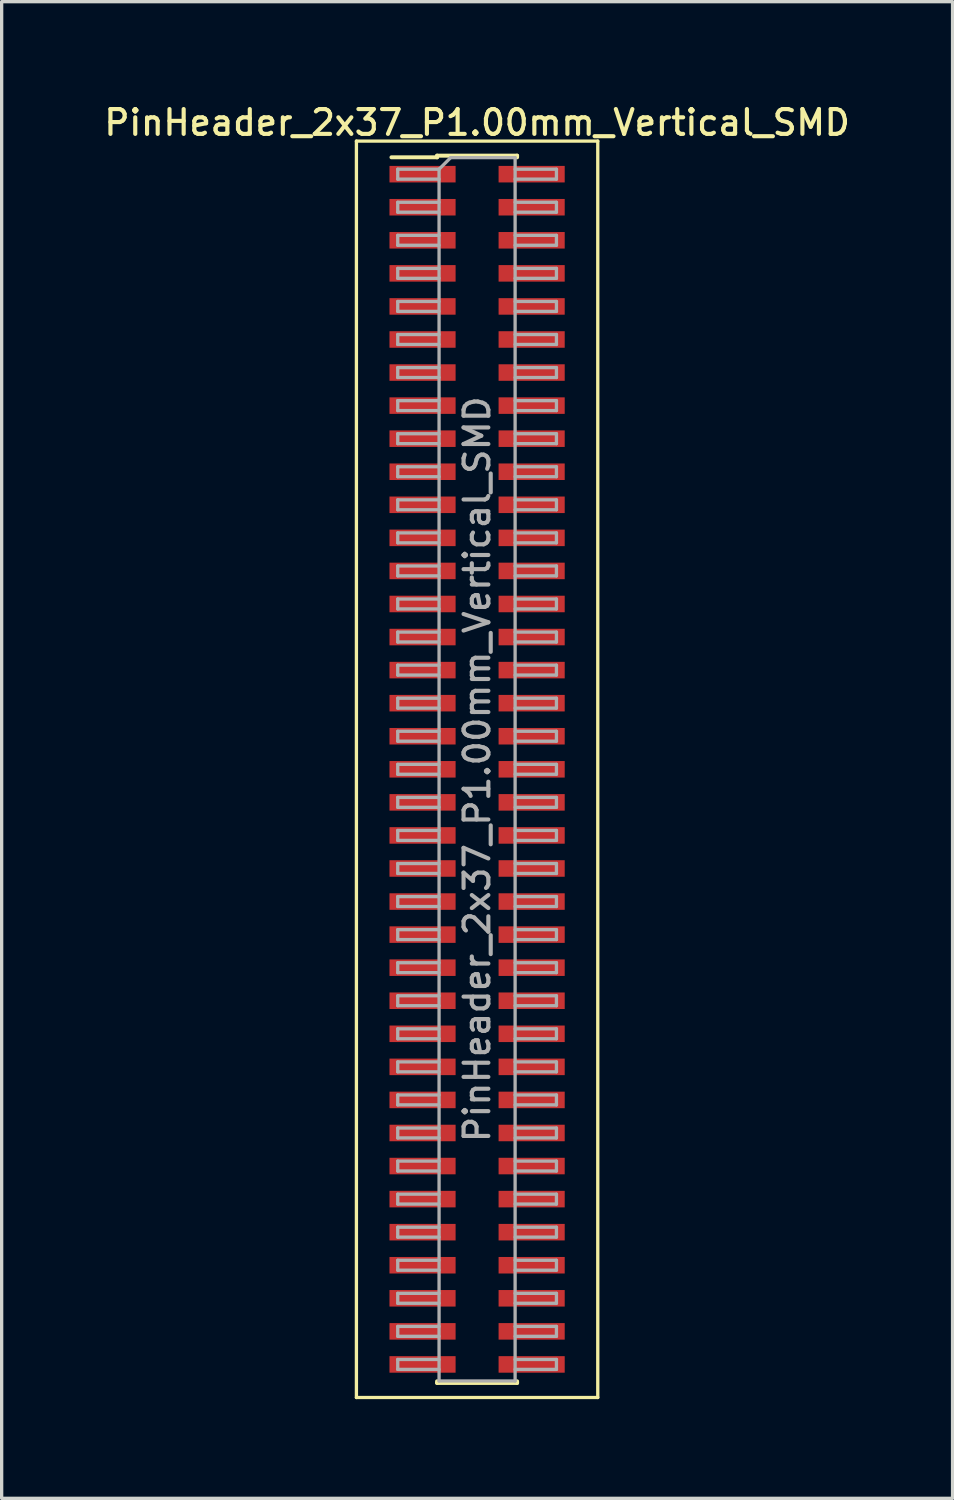
<source format=kicad_pcb>
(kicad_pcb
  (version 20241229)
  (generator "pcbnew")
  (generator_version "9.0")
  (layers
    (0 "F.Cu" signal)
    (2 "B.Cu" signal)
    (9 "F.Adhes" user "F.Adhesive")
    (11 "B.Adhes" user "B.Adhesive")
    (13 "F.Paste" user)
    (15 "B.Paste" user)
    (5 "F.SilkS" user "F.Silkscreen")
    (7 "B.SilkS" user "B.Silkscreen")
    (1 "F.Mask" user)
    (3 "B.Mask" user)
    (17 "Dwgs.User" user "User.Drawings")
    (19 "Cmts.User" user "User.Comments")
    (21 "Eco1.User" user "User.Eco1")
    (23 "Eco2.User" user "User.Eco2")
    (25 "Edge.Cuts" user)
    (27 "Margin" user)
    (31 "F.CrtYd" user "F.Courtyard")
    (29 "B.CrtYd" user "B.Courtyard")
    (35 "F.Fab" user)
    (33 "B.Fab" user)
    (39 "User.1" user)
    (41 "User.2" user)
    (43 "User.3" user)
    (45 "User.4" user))
  (footprint "PinHeader_2x37_P1.00mm_Vertical_SMD"
    (layer "F.Cu")
    (at 11.38 20.218)
    (property "Reference" "PinHeader_2x37_P1.00mm_Vertical_SMD" (at 0 -19.56 0) (layer "F.SilkS") (effects (font (size 0.75 0.75) (thickness 0.125))))
    (attr smd)
    (fp_line (start -3.65 -19) (end -3.65 19) (stroke (width 0.1) (type solid)) (layer "F.SilkS"))
    (fp_line (start -3.65 19) (end 3.65 19) (stroke (width 0.1) (type solid)) (layer "F.SilkS"))
    (fp_line (start -2.59 -18.51) (end -1.21 -18.51) (stroke (width 0.12) (type solid)) (layer "F.SilkS"))
    (fp_line (start -1.21 -18.56) (end -1.21 -18.51) (stroke (width 0.12) (type solid)) (layer "F.SilkS"))
    (fp_line (start -1.21 -18.56) (end 1.21 -18.56) (stroke (width 0.12) (type solid)) (layer "F.SilkS"))
    (fp_line (start -1.21 18.51) (end -1.21 18.56) (stroke (width 0.12) (type solid)) (layer "F.SilkS"))
    (fp_line (start -1.21 18.56) (end 1.21 18.56) (stroke (width 0.12) (type solid)) (layer "F.SilkS"))
    (fp_line (start 1.21 -18.56) (end 1.21 -18.51) (stroke (width 0.12) (type solid)) (layer "F.SilkS"))
    (fp_line (start 1.21 18.51) (end 1.21 18.56) (stroke (width 0.12) (type solid)) (layer "F.SilkS"))
    (fp_line (start 3.65 -19) (end -3.65 -19) (stroke (width 0.1) (type solid)) (layer "F.SilkS"))
    (fp_line (start 3.65 19) (end 3.65 -19) (stroke (width 0.1) (type solid)) (layer "F.SilkS"))
    (fp_line (start -2.4 -18.15) (end -2.4 -17.85) (stroke (width 0.1) (type solid)) (layer "F.Fab"))
    (fp_line (start -2.4 -17.85) (end -1.15 -17.85) (stroke (width 0.1) (type solid)) (layer "F.Fab"))
    (fp_line (start -2.4 -17.15) (end -2.4 -16.85) (stroke (width 0.1) (type solid)) (layer "F.Fab"))
    (fp_line (start -2.4 -16.85) (end -1.15 -16.85) (stroke (width 0.1) (type solid)) (layer "F.Fab"))
    (fp_line (start -2.4 -16.15) (end -2.4 -15.85) (stroke (width 0.1) (type solid)) (layer "F.Fab"))
    (fp_line (start -2.4 -15.85) (end -1.15 -15.85) (stroke (width 0.1) (type solid)) (layer "F.Fab"))
    (fp_line (start -2.4 -15.15) (end -2.4 -14.85) (stroke (width 0.1) (type solid)) (layer "F.Fab"))
    (fp_line (start -2.4 -14.85) (end -1.15 -14.85) (stroke (width 0.1) (type solid)) (layer "F.Fab"))
    (fp_line (start -2.4 -14.15) (end -2.4 -13.85) (stroke (width 0.1) (type solid)) (layer "F.Fab"))
    (fp_line (start -2.4 -13.85) (end -1.15 -13.85) (stroke (width 0.1) (type solid)) (layer "F.Fab"))
    (fp_line (start -2.4 -13.15) (end -2.4 -12.85) (stroke (width 0.1) (type solid)) (layer "F.Fab"))
    (fp_line (start -2.4 -12.85) (end -1.15 -12.85) (stroke (width 0.1) (type solid)) (layer "F.Fab"))
    (fp_line (start -2.4 -12.15) (end -2.4 -11.85) (stroke (width 0.1) (type solid)) (layer "F.Fab"))
    (fp_line (start -2.4 -11.85) (end -1.15 -11.85) (stroke (width 0.1) (type solid)) (layer "F.Fab"))
    (fp_line (start -2.4 -11.15) (end -2.4 -10.85) (stroke (width 0.1) (type solid)) (layer "F.Fab"))
    (fp_line (start -2.4 -10.85) (end -1.15 -10.85) (stroke (width 0.1) (type solid)) (layer "F.Fab"))
    (fp_line (start -2.4 -10.15) (end -2.4 -9.85) (stroke (width 0.1) (type solid)) (layer "F.Fab"))
    (fp_line (start -2.4 -9.85) (end -1.15 -9.85) (stroke (width 0.1) (type solid)) (layer "F.Fab"))
    (fp_line (start -2.4 -9.15) (end -2.4 -8.85) (stroke (width 0.1) (type solid)) (layer "F.Fab"))
    (fp_line (start -2.4 -8.85) (end -1.15 -8.85) (stroke (width 0.1) (type solid)) (layer "F.Fab"))
    (fp_line (start -2.4 -8.15) (end -2.4 -7.85) (stroke (width 0.1) (type solid)) (layer "F.Fab"))
    (fp_line (start -2.4 -7.85) (end -1.15 -7.85) (stroke (width 0.1) (type solid)) (layer "F.Fab"))
    (fp_line (start -2.4 -7.15) (end -2.4 -6.85) (stroke (width 0.1) (type solid)) (layer "F.Fab"))
    (fp_line (start -2.4 -6.85) (end -1.15 -6.85) (stroke (width 0.1) (type solid)) (layer "F.Fab"))
    (fp_line (start -2.4 -6.15) (end -2.4 -5.85) (stroke (width 0.1) (type solid)) (layer "F.Fab"))
    (fp_line (start -2.4 -5.85) (end -1.15 -5.85) (stroke (width 0.1) (type solid)) (layer "F.Fab"))
    (fp_line (start -2.4 -5.15) (end -2.4 -4.85) (stroke (width 0.1) (type solid)) (layer "F.Fab"))
    (fp_line (start -2.4 -4.85) (end -1.15 -4.85) (stroke (width 0.1) (type solid)) (layer "F.Fab"))
    (fp_line (start -2.4 -4.15) (end -2.4 -3.85) (stroke (width 0.1) (type solid)) (layer "F.Fab"))
    (fp_line (start -2.4 -3.85) (end -1.15 -3.85) (stroke (width 0.1) (type solid)) (layer "F.Fab"))
    (fp_line (start -2.4 -3.15) (end -2.4 -2.85) (stroke (width 0.1) (type solid)) (layer "F.Fab"))
    (fp_line (start -2.4 -2.85) (end -1.15 -2.85) (stroke (width 0.1) (type solid)) (layer "F.Fab"))
    (fp_line (start -2.4 -2.15) (end -2.4 -1.85) (stroke (width 0.1) (type solid)) (layer "F.Fab"))
    (fp_line (start -2.4 -1.85) (end -1.15 -1.85) (stroke (width 0.1) (type solid)) (layer "F.Fab"))
    (fp_line (start -2.4 -1.15) (end -2.4 -0.85) (stroke (width 0.1) (type solid)) (layer "F.Fab"))
    (fp_line (start -2.4 -0.85) (end -1.15 -0.85) (stroke (width 0.1) (type solid)) (layer "F.Fab"))
    (fp_line (start -2.4 -0.15) (end -2.4 0.15) (stroke (width 0.1) (type solid)) (layer "F.Fab"))
    (fp_line (start -2.4 0.15) (end -1.15 0.15) (stroke (width 0.1) (type solid)) (layer "F.Fab"))
    (fp_line (start -2.4 0.85) (end -2.4 1.15) (stroke (width 0.1) (type solid)) (layer "F.Fab"))
    (fp_line (start -2.4 1.15) (end -1.15 1.15) (stroke (width 0.1) (type solid)) (layer "F.Fab"))
    (fp_line (start -2.4 1.85) (end -2.4 2.15) (stroke (width 0.1) (type solid)) (layer "F.Fab"))
    (fp_line (start -2.4 2.15) (end -1.15 2.15) (stroke (width 0.1) (type solid)) (layer "F.Fab"))
    (fp_line (start -2.4 2.85) (end -2.4 3.15) (stroke (width 0.1) (type solid)) (layer "F.Fab"))
    (fp_line (start -2.4 3.15) (end -1.15 3.15) (stroke (width 0.1) (type solid)) (layer "F.Fab"))
    (fp_line (start -2.4 3.85) (end -2.4 4.15) (stroke (width 0.1) (type solid)) (layer "F.Fab"))
    (fp_line (start -2.4 4.15) (end -1.15 4.15) (stroke (width 0.1) (type solid)) (layer "F.Fab"))
    (fp_line (start -2.4 4.85) (end -2.4 5.15) (stroke (width 0.1) (type solid)) (layer "F.Fab"))
    (fp_line (start -2.4 5.15) (end -1.15 5.15) (stroke (width 0.1) (type solid)) (layer "F.Fab"))
    (fp_line (start -2.4 5.85) (end -2.4 6.15) (stroke (width 0.1) (type solid)) (layer "F.Fab"))
    (fp_line (start -2.4 6.15) (end -1.15 6.15) (stroke (width 0.1) (type solid)) (layer "F.Fab"))
    (fp_line (start -2.4 6.85) (end -2.4 7.15) (stroke (width 0.1) (type solid)) (layer "F.Fab"))
    (fp_line (start -2.4 7.15) (end -1.15 7.15) (stroke (width 0.1) (type solid)) (layer "F.Fab"))
    (fp_line (start -2.4 7.85) (end -2.4 8.15) (stroke (width 0.1) (type solid)) (layer "F.Fab"))
    (fp_line (start -2.4 8.15) (end -1.15 8.15) (stroke (width 0.1) (type solid)) (layer "F.Fab"))
    (fp_line (start -2.4 8.85) (end -2.4 9.15) (stroke (width 0.1) (type solid)) (layer "F.Fab"))
    (fp_line (start -2.4 9.15) (end -1.15 9.15) (stroke (width 0.1) (type solid)) (layer "F.Fab"))
    (fp_line (start -2.4 9.85) (end -2.4 10.15) (stroke (width 0.1) (type solid)) (layer "F.Fab"))
    (fp_line (start -2.4 10.15) (end -1.15 10.15) (stroke (width 0.1) (type solid)) (layer "F.Fab"))
    (fp_line (start -2.4 10.85) (end -2.4 11.15) (stroke (width 0.1) (type solid)) (layer "F.Fab"))
    (fp_line (start -2.4 11.15) (end -1.15 11.15) (stroke (width 0.1) (type solid)) (layer "F.Fab"))
    (fp_line (start -2.4 11.85) (end -2.4 12.15) (stroke (width 0.1) (type solid)) (layer "F.Fab"))
    (fp_line (start -2.4 12.15) (end -1.15 12.15) (stroke (width 0.1) (type solid)) (layer "F.Fab"))
    (fp_line (start -2.4 12.85) (end -2.4 13.15) (stroke (width 0.1) (type solid)) (layer "F.Fab"))
    (fp_line (start -2.4 13.15) (end -1.15 13.15) (stroke (width 0.1) (type solid)) (layer "F.Fab"))
    (fp_line (start -2.4 13.85) (end -2.4 14.15) (stroke (width 0.1) (type solid)) (layer "F.Fab"))
    (fp_line (start -2.4 14.15) (end -1.15 14.15) (stroke (width 0.1) (type solid)) (layer "F.Fab"))
    (fp_line (start -2.4 14.85) (end -2.4 15.15) (stroke (width 0.1) (type solid)) (layer "F.Fab"))
    (fp_line (start -2.4 15.15) (end -1.15 15.15) (stroke (width 0.1) (type solid)) (layer "F.Fab"))
    (fp_line (start -2.4 15.85) (end -2.4 16.15) (stroke (width 0.1) (type solid)) (layer "F.Fab"))
    (fp_line (start -2.4 16.15) (end -1.15 16.15) (stroke (width 0.1) (type solid)) (layer "F.Fab"))
    (fp_line (start -2.4 16.85) (end -2.4 17.15) (stroke (width 0.1) (type solid)) (layer "F.Fab"))
    (fp_line (start -2.4 17.15) (end -1.15 17.15) (stroke (width 0.1) (type solid)) (layer "F.Fab"))
    (fp_line (start -2.4 17.85) (end -2.4 18.15) (stroke (width 0.1) (type solid)) (layer "F.Fab"))
    (fp_line (start -2.4 18.15) (end -1.15 18.15) (stroke (width 0.1) (type solid)) (layer "F.Fab"))
    (fp_line (start -1.15 -18.15) (end -2.4 -18.15) (stroke (width 0.1) (type solid)) (layer "F.Fab"))
    (fp_line (start -1.15 -18.15) (end -0.8 -18.5) (stroke (width 0.1) (type solid)) (layer "F.Fab"))
    (fp_line (start -1.15 -17.15) (end -2.4 -17.15) (stroke (width 0.1) (type solid)) (layer "F.Fab"))
    (fp_line (start -1.15 -16.15) (end -2.4 -16.15) (stroke (width 0.1) (type solid)) (layer "F.Fab"))
    (fp_line (start -1.15 -15.15) (end -2.4 -15.15) (stroke (width 0.1) (type solid)) (layer "F.Fab"))
    (fp_line (start -1.15 -14.15) (end -2.4 -14.15) (stroke (width 0.1) (type solid)) (layer "F.Fab"))
    (fp_line (start -1.15 -13.15) (end -2.4 -13.15) (stroke (width 0.1) (type solid)) (layer "F.Fab"))
    (fp_line (start -1.15 -12.15) (end -2.4 -12.15) (stroke (width 0.1) (type solid)) (layer "F.Fab"))
    (fp_line (start -1.15 -11.15) (end -2.4 -11.15) (stroke (width 0.1) (type solid)) (layer "F.Fab"))
    (fp_line (start -1.15 -10.15) (end -2.4 -10.15) (stroke (width 0.1) (type solid)) (layer "F.Fab"))
    (fp_line (start -1.15 -9.15) (end -2.4 -9.15) (stroke (width 0.1) (type solid)) (layer "F.Fab"))
    (fp_line (start -1.15 -8.15) (end -2.4 -8.15) (stroke (width 0.1) (type solid)) (layer "F.Fab"))
    (fp_line (start -1.15 -7.15) (end -2.4 -7.15) (stroke (width 0.1) (type solid)) (layer "F.Fab"))
    (fp_line (start -1.15 -6.15) (end -2.4 -6.15) (stroke (width 0.1) (type solid)) (layer "F.Fab"))
    (fp_line (start -1.15 -5.15) (end -2.4 -5.15) (stroke (width 0.1) (type solid)) (layer "F.Fab"))
    (fp_line (start -1.15 -4.15) (end -2.4 -4.15) (stroke (width 0.1) (type solid)) (layer "F.Fab"))
    (fp_line (start -1.15 -3.15) (end -2.4 -3.15) (stroke (width 0.1) (type solid)) (layer "F.Fab"))
    (fp_line (start -1.15 -2.15) (end -2.4 -2.15) (stroke (width 0.1) (type solid)) (layer "F.Fab"))
    (fp_line (start -1.15 -1.15) (end -2.4 -1.15) (stroke (width 0.1) (type solid)) (layer "F.Fab"))
    (fp_line (start -1.15 -0.15) (end -2.4 -0.15) (stroke (width 0.1) (type solid)) (layer "F.Fab"))
    (fp_line (start -1.15 0.85) (end -2.4 0.85) (stroke (width 0.1) (type solid)) (layer "F.Fab"))
    (fp_line (start -1.15 1.85) (end -2.4 1.85) (stroke (width 0.1) (type solid)) (layer "F.Fab"))
    (fp_line (start -1.15 2.85) (end -2.4 2.85) (stroke (width 0.1) (type solid)) (layer "F.Fab"))
    (fp_line (start -1.15 3.85) (end -2.4 3.85) (stroke (width 0.1) (type solid)) (layer "F.Fab"))
    (fp_line (start -1.15 4.85) (end -2.4 4.85) (stroke (width 0.1) (type solid)) (layer "F.Fab"))
    (fp_line (start -1.15 5.85) (end -2.4 5.85) (stroke (width 0.1) (type solid)) (layer "F.Fab"))
    (fp_line (start -1.15 6.85) (end -2.4 6.85) (stroke (width 0.1) (type solid)) (layer "F.Fab"))
    (fp_line (start -1.15 7.85) (end -2.4 7.85) (stroke (width 0.1) (type solid)) (layer "F.Fab"))
    (fp_line (start -1.15 8.85) (end -2.4 8.85) (stroke (width 0.1) (type solid)) (layer "F.Fab"))
    (fp_line (start -1.15 9.85) (end -2.4 9.85) (stroke (width 0.1) (type solid)) (layer "F.Fab"))
    (fp_line (start -1.15 10.85) (end -2.4 10.85) (stroke (width 0.1) (type solid)) (layer "F.Fab"))
    (fp_line (start -1.15 11.85) (end -2.4 11.85) (stroke (width 0.1) (type solid)) (layer "F.Fab"))
    (fp_line (start -1.15 12.85) (end -2.4 12.85) (stroke (width 0.1) (type solid)) (layer "F.Fab"))
    (fp_line (start -1.15 13.85) (end -2.4 13.85) (stroke (width 0.1) (type solid)) (layer "F.Fab"))
    (fp_line (start -1.15 14.85) (end -2.4 14.85) (stroke (width 0.1) (type solid)) (layer "F.Fab"))
    (fp_line (start -1.15 15.85) (end -2.4 15.85) (stroke (width 0.1) (type solid)) (layer "F.Fab"))
    (fp_line (start -1.15 16.85) (end -2.4 16.85) (stroke (width 0.1) (type solid)) (layer "F.Fab"))
    (fp_line (start -1.15 17.85) (end -2.4 17.85) (stroke (width 0.1) (type solid)) (layer "F.Fab"))
    (fp_line (start -1.15 18.5) (end -1.15 -18.15) (stroke (width 0.1) (type solid)) (layer "F.Fab"))
    (fp_line (start -0.8 -18.5) (end 1.15 -18.5) (stroke (width 0.1) (type solid)) (layer "F.Fab"))
    (fp_line (start 1.15 -18.5) (end 1.15 18.5) (stroke (width 0.1) (type solid)) (layer "F.Fab"))
    (fp_line (start 1.15 -18.15) (end 2.4 -18.15) (stroke (width 0.1) (type solid)) (layer "F.Fab"))
    (fp_line (start 1.15 -17.15) (end 2.4 -17.15) (stroke (width 0.1) (type solid)) (layer "F.Fab"))
    (fp_line (start 1.15 -16.15) (end 2.4 -16.15) (stroke (width 0.1) (type solid)) (layer "F.Fab"))
    (fp_line (start 1.15 -15.15) (end 2.4 -15.15) (stroke (width 0.1) (type solid)) (layer "F.Fab"))
    (fp_line (start 1.15 -14.15) (end 2.4 -14.15) (stroke (width 0.1) (type solid)) (layer "F.Fab"))
    (fp_line (start 1.15 -13.15) (end 2.4 -13.15) (stroke (width 0.1) (type solid)) (layer "F.Fab"))
    (fp_line (start 1.15 -12.15) (end 2.4 -12.15) (stroke (width 0.1) (type solid)) (layer "F.Fab"))
    (fp_line (start 1.15 -11.15) (end 2.4 -11.15) (stroke (width 0.1) (type solid)) (layer "F.Fab"))
    (fp_line (start 1.15 -10.15) (end 2.4 -10.15) (stroke (width 0.1) (type solid)) (layer "F.Fab"))
    (fp_line (start 1.15 -9.15) (end 2.4 -9.15) (stroke (width 0.1) (type solid)) (layer "F.Fab"))
    (fp_line (start 1.15 -8.15) (end 2.4 -8.15) (stroke (width 0.1) (type solid)) (layer "F.Fab"))
    (fp_line (start 1.15 -7.15) (end 2.4 -7.15) (stroke (width 0.1) (type solid)) (layer "F.Fab"))
    (fp_line (start 1.15 -6.15) (end 2.4 -6.15) (stroke (width 0.1) (type solid)) (layer "F.Fab"))
    (fp_line (start 1.15 -5.15) (end 2.4 -5.15) (stroke (width 0.1) (type solid)) (layer "F.Fab"))
    (fp_line (start 1.15 -4.15) (end 2.4 -4.15) (stroke (width 0.1) (type solid)) (layer "F.Fab"))
    (fp_line (start 1.15 -3.15) (end 2.4 -3.15) (stroke (width 0.1) (type solid)) (layer "F.Fab"))
    (fp_line (start 1.15 -2.15) (end 2.4 -2.15) (stroke (width 0.1) (type solid)) (layer "F.Fab"))
    (fp_line (start 1.15 -1.15) (end 2.4 -1.15) (stroke (width 0.1) (type solid)) (layer "F.Fab"))
    (fp_line (start 1.15 -0.15) (end 2.4 -0.15) (stroke (width 0.1) (type solid)) (layer "F.Fab"))
    (fp_line (start 1.15 0.85) (end 2.4 0.85) (stroke (width 0.1) (type solid)) (layer "F.Fab"))
    (fp_line (start 1.15 1.85) (end 2.4 1.85) (stroke (width 0.1) (type solid)) (layer "F.Fab"))
    (fp_line (start 1.15 2.85) (end 2.4 2.85) (stroke (width 0.1) (type solid)) (layer "F.Fab"))
    (fp_line (start 1.15 3.85) (end 2.4 3.85) (stroke (width 0.1) (type solid)) (layer "F.Fab"))
    (fp_line (start 1.15 4.85) (end 2.4 4.85) (stroke (width 0.1) (type solid)) (layer "F.Fab"))
    (fp_line (start 1.15 5.85) (end 2.4 5.85) (stroke (width 0.1) (type solid)) (layer "F.Fab"))
    (fp_line (start 1.15 6.85) (end 2.4 6.85) (stroke (width 0.1) (type solid)) (layer "F.Fab"))
    (fp_line (start 1.15 7.85) (end 2.4 7.85) (stroke (width 0.1) (type solid)) (layer "F.Fab"))
    (fp_line (start 1.15 8.85) (end 2.4 8.85) (stroke (width 0.1) (type solid)) (layer "F.Fab"))
    (fp_line (start 1.15 9.85) (end 2.4 9.85) (stroke (width 0.1) (type solid)) (layer "F.Fab"))
    (fp_line (start 1.15 10.85) (end 2.4 10.85) (stroke (width 0.1) (type solid)) (layer "F.Fab"))
    (fp_line (start 1.15 11.85) (end 2.4 11.85) (stroke (width 0.1) (type solid)) (layer "F.Fab"))
    (fp_line (start 1.15 12.85) (end 2.4 12.85) (stroke (width 0.1) (type solid)) (layer "F.Fab"))
    (fp_line (start 1.15 13.85) (end 2.4 13.85) (stroke (width 0.1) (type solid)) (layer "F.Fab"))
    (fp_line (start 1.15 14.85) (end 2.4 14.85) (stroke (width 0.1) (type solid)) (layer "F.Fab"))
    (fp_line (start 1.15 15.85) (end 2.4 15.85) (stroke (width 0.1) (type solid)) (layer "F.Fab"))
    (fp_line (start 1.15 16.85) (end 2.4 16.85) (stroke (width 0.1) (type solid)) (layer "F.Fab"))
    (fp_line (start 1.15 17.85) (end 2.4 17.85) (stroke (width 0.1) (type solid)) (layer "F.Fab"))
    (fp_line (start 1.15 18.5) (end -1.15 18.5) (stroke (width 0.1) (type solid)) (layer "F.Fab"))
    (fp_line (start 2.4 -18.15) (end 2.4 -17.85) (stroke (width 0.1) (type solid)) (layer "F.Fab"))
    (fp_line (start 2.4 -17.85) (end 1.15 -17.85) (stroke (width 0.1) (type solid)) (layer "F.Fab"))
    (fp_line (start 2.4 -17.15) (end 2.4 -16.85) (stroke (width 0.1) (type solid)) (layer "F.Fab"))
    (fp_line (start 2.4 -16.85) (end 1.15 -16.85) (stroke (width 0.1) (type solid)) (layer "F.Fab"))
    (fp_line (start 2.4 -16.15) (end 2.4 -15.85) (stroke (width 0.1) (type solid)) (layer "F.Fab"))
    (fp_line (start 2.4 -15.85) (end 1.15 -15.85) (stroke (width 0.1) (type solid)) (layer "F.Fab"))
    (fp_line (start 2.4 -15.15) (end 2.4 -14.85) (stroke (width 0.1) (type solid)) (layer "F.Fab"))
    (fp_line (start 2.4 -14.85) (end 1.15 -14.85) (stroke (width 0.1) (type solid)) (layer "F.Fab"))
    (fp_line (start 2.4 -14.15) (end 2.4 -13.85) (stroke (width 0.1) (type solid)) (layer "F.Fab"))
    (fp_line (start 2.4 -13.85) (end 1.15 -13.85) (stroke (width 0.1) (type solid)) (layer "F.Fab"))
    (fp_line (start 2.4 -13.15) (end 2.4 -12.85) (stroke (width 0.1) (type solid)) (layer "F.Fab"))
    (fp_line (start 2.4 -12.85) (end 1.15 -12.85) (stroke (width 0.1) (type solid)) (layer "F.Fab"))
    (fp_line (start 2.4 -12.15) (end 2.4 -11.85) (stroke (width 0.1) (type solid)) (layer "F.Fab"))
    (fp_line (start 2.4 -11.85) (end 1.15 -11.85) (stroke (width 0.1) (type solid)) (layer "F.Fab"))
    (fp_line (start 2.4 -11.15) (end 2.4 -10.85) (stroke (width 0.1) (type solid)) (layer "F.Fab"))
    (fp_line (start 2.4 -10.85) (end 1.15 -10.85) (stroke (width 0.1) (type solid)) (layer "F.Fab"))
    (fp_line (start 2.4 -10.15) (end 2.4 -9.85) (stroke (width 0.1) (type solid)) (layer "F.Fab"))
    (fp_line (start 2.4 -9.85) (end 1.15 -9.85) (stroke (width 0.1) (type solid)) (layer "F.Fab"))
    (fp_line (start 2.4 -9.15) (end 2.4 -8.85) (stroke (width 0.1) (type solid)) (layer "F.Fab"))
    (fp_line (start 2.4 -8.85) (end 1.15 -8.85) (stroke (width 0.1) (type solid)) (layer "F.Fab"))
    (fp_line (start 2.4 -8.15) (end 2.4 -7.85) (stroke (width 0.1) (type solid)) (layer "F.Fab"))
    (fp_line (start 2.4 -7.85) (end 1.15 -7.85) (stroke (width 0.1) (type solid)) (layer "F.Fab"))
    (fp_line (start 2.4 -7.15) (end 2.4 -6.85) (stroke (width 0.1) (type solid)) (layer "F.Fab"))
    (fp_line (start 2.4 -6.85) (end 1.15 -6.85) (stroke (width 0.1) (type solid)) (layer "F.Fab"))
    (fp_line (start 2.4 -6.15) (end 2.4 -5.85) (stroke (width 0.1) (type solid)) (layer "F.Fab"))
    (fp_line (start 2.4 -5.85) (end 1.15 -5.85) (stroke (width 0.1) (type solid)) (layer "F.Fab"))
    (fp_line (start 2.4 -5.15) (end 2.4 -4.85) (stroke (width 0.1) (type solid)) (layer "F.Fab"))
    (fp_line (start 2.4 -4.85) (end 1.15 -4.85) (stroke (width 0.1) (type solid)) (layer "F.Fab"))
    (fp_line (start 2.4 -4.15) (end 2.4 -3.85) (stroke (width 0.1) (type solid)) (layer "F.Fab"))
    (fp_line (start 2.4 -3.85) (end 1.15 -3.85) (stroke (width 0.1) (type solid)) (layer "F.Fab"))
    (fp_line (start 2.4 -3.15) (end 2.4 -2.85) (stroke (width 0.1) (type solid)) (layer "F.Fab"))
    (fp_line (start 2.4 -2.85) (end 1.15 -2.85) (stroke (width 0.1) (type solid)) (layer "F.Fab"))
    (fp_line (start 2.4 -2.15) (end 2.4 -1.85) (stroke (width 0.1) (type solid)) (layer "F.Fab"))
    (fp_line (start 2.4 -1.85) (end 1.15 -1.85) (stroke (width 0.1) (type solid)) (layer "F.Fab"))
    (fp_line (start 2.4 -1.15) (end 2.4 -0.85) (stroke (width 0.1) (type solid)) (layer "F.Fab"))
    (fp_line (start 2.4 -0.85) (end 1.15 -0.85) (stroke (width 0.1) (type solid)) (layer "F.Fab"))
    (fp_line (start 2.4 -0.15) (end 2.4 0.15) (stroke (width 0.1) (type solid)) (layer "F.Fab"))
    (fp_line (start 2.4 0.15) (end 1.15 0.15) (stroke (width 0.1) (type solid)) (layer "F.Fab"))
    (fp_line (start 2.4 0.85) (end 2.4 1.15) (stroke (width 0.1) (type solid)) (layer "F.Fab"))
    (fp_line (start 2.4 1.15) (end 1.15 1.15) (stroke (width 0.1) (type solid)) (layer "F.Fab"))
    (fp_line (start 2.4 1.85) (end 2.4 2.15) (stroke (width 0.1) (type solid)) (layer "F.Fab"))
    (fp_line (start 2.4 2.15) (end 1.15 2.15) (stroke (width 0.1) (type solid)) (layer "F.Fab"))
    (fp_line (start 2.4 2.85) (end 2.4 3.15) (stroke (width 0.1) (type solid)) (layer "F.Fab"))
    (fp_line (start 2.4 3.15) (end 1.15 3.15) (stroke (width 0.1) (type solid)) (layer "F.Fab"))
    (fp_line (start 2.4 3.85) (end 2.4 4.15) (stroke (width 0.1) (type solid)) (layer "F.Fab"))
    (fp_line (start 2.4 4.15) (end 1.15 4.15) (stroke (width 0.1) (type solid)) (layer "F.Fab"))
    (fp_line (start 2.4 4.85) (end 2.4 5.15) (stroke (width 0.1) (type solid)) (layer "F.Fab"))
    (fp_line (start 2.4 5.15) (end 1.15 5.15) (stroke (width 0.1) (type solid)) (layer "F.Fab"))
    (fp_line (start 2.4 5.85) (end 2.4 6.15) (stroke (width 0.1) (type solid)) (layer "F.Fab"))
    (fp_line (start 2.4 6.15) (end 1.15 6.15) (stroke (width 0.1) (type solid)) (layer "F.Fab"))
    (fp_line (start 2.4 6.85) (end 2.4 7.15) (stroke (width 0.1) (type solid)) (layer "F.Fab"))
    (fp_line (start 2.4 7.15) (end 1.15 7.15) (stroke (width 0.1) (type solid)) (layer "F.Fab"))
    (fp_line (start 2.4 7.85) (end 2.4 8.15) (stroke (width 0.1) (type solid)) (layer "F.Fab"))
    (fp_line (start 2.4 8.15) (end 1.15 8.15) (stroke (width 0.1) (type solid)) (layer "F.Fab"))
    (fp_line (start 2.4 8.85) (end 2.4 9.15) (stroke (width 0.1) (type solid)) (layer "F.Fab"))
    (fp_line (start 2.4 9.15) (end 1.15 9.15) (stroke (width 0.1) (type solid)) (layer "F.Fab"))
    (fp_line (start 2.4 9.85) (end 2.4 10.15) (stroke (width 0.1) (type solid)) (layer "F.Fab"))
    (fp_line (start 2.4 10.15) (end 1.15 10.15) (stroke (width 0.1) (type solid)) (layer "F.Fab"))
    (fp_line (start 2.4 10.85) (end 2.4 11.15) (stroke (width 0.1) (type solid)) (layer "F.Fab"))
    (fp_line (start 2.4 11.15) (end 1.15 11.15) (stroke (width 0.1) (type solid)) (layer "F.Fab"))
    (fp_line (start 2.4 11.85) (end 2.4 12.15) (stroke (width 0.1) (type solid)) (layer "F.Fab"))
    (fp_line (start 2.4 12.15) (end 1.15 12.15) (stroke (width 0.1) (type solid)) (layer "F.Fab"))
    (fp_line (start 2.4 12.85) (end 2.4 13.15) (stroke (width 0.1) (type solid)) (layer "F.Fab"))
    (fp_line (start 2.4 13.15) (end 1.15 13.15) (stroke (width 0.1) (type solid)) (layer "F.Fab"))
    (fp_line (start 2.4 13.85) (end 2.4 14.15) (stroke (width 0.1) (type solid)) (layer "F.Fab"))
    (fp_line (start 2.4 14.15) (end 1.15 14.15) (stroke (width 0.1) (type solid)) (layer "F.Fab"))
    (fp_line (start 2.4 14.85) (end 2.4 15.15) (stroke (width 0.1) (type solid)) (layer "F.Fab"))
    (fp_line (start 2.4 15.15) (end 1.15 15.15) (stroke (width 0.1) (type solid)) (layer "F.Fab"))
    (fp_line (start 2.4 15.85) (end 2.4 16.15) (stroke (width 0.1) (type solid)) (layer "F.Fab"))
    (fp_line (start 2.4 16.15) (end 1.15 16.15) (stroke (width 0.1) (type solid)) (layer "F.Fab"))
    (fp_line (start 2.4 16.85) (end 2.4 17.15) (stroke (width 0.1) (type solid)) (layer "F.Fab"))
    (fp_line (start 2.4 17.15) (end 1.15 17.15) (stroke (width 0.1) (type solid)) (layer "F.Fab"))
    (fp_line (start 2.4 17.85) (end 2.4 18.15) (stroke (width 0.1) (type solid)) (layer "F.Fab"))
    (fp_line (start 2.4 18.15) (end 1.15 18.15) (stroke (width 0.1) (type solid)) (layer "F.Fab"))
    (fp_text user "${REFERENCE}" (at 0 0 90) (layer "F.Fab") (effects (font (size 0.75 0.75) (thickness 0.125))))
    (pad "1" smd rect (at -1.65 -18) (size 2 0.5) (layers "F.Cu" "F.Mask" "F.Paste"))
    (pad "2" smd rect (at 1.65 -18) (size 2 0.5) (layers "F.Cu" "F.Mask" "F.Paste"))
    (pad "3" smd rect (at -1.65 -17) (size 2 0.5) (layers "F.Cu" "F.Mask" "F.Paste"))
    (pad "4" smd rect (at 1.65 -17) (size 2 0.5) (layers "F.Cu" "F.Mask" "F.Paste"))
    (pad "5" smd rect (at -1.65 -16) (size 2 0.5) (layers "F.Cu" "F.Mask" "F.Paste"))
    (pad "6" smd rect (at 1.65 -16) (size 2 0.5) (layers "F.Cu" "F.Mask" "F.Paste"))
    (pad "7" smd rect (at -1.65 -15) (size 2 0.5) (layers "F.Cu" "F.Mask" "F.Paste"))
    (pad "8" smd rect (at 1.65 -15) (size 2 0.5) (layers "F.Cu" "F.Mask" "F.Paste"))
    (pad "9" smd rect (at -1.65 -14) (size 2 0.5) (layers "F.Cu" "F.Mask" "F.Paste"))
    (pad "10" smd rect (at 1.65 -14) (size 2 0.5) (layers "F.Cu" "F.Mask" "F.Paste"))
    (pad "11" smd rect (at -1.65 -13) (size 2 0.5) (layers "F.Cu" "F.Mask" "F.Paste"))
    (pad "12" smd rect (at 1.65 -13) (size 2 0.5) (layers "F.Cu" "F.Mask" "F.Paste"))
    (pad "13" smd rect (at -1.65 -12) (size 2 0.5) (layers "F.Cu" "F.Mask" "F.Paste"))
    (pad "14" smd rect (at 1.65 -12) (size 2 0.5) (layers "F.Cu" "F.Mask" "F.Paste"))
    (pad "15" smd rect (at -1.65 -11) (size 2 0.5) (layers "F.Cu" "F.Mask" "F.Paste"))
    (pad "16" smd rect (at 1.65 -11) (size 2 0.5) (layers "F.Cu" "F.Mask" "F.Paste"))
    (pad "17" smd rect (at -1.65 -10) (size 2 0.5) (layers "F.Cu" "F.Mask" "F.Paste"))
    (pad "18" smd rect (at 1.65 -10) (size 2 0.5) (layers "F.Cu" "F.Mask" "F.Paste"))
    (pad "19" smd rect (at -1.65 -9) (size 2 0.5) (layers "F.Cu" "F.Mask" "F.Paste"))
    (pad "20" smd rect (at 1.65 -9) (size 2 0.5) (layers "F.Cu" "F.Mask" "F.Paste"))
    (pad "21" smd rect (at -1.65 -8) (size 2 0.5) (layers "F.Cu" "F.Mask" "F.Paste"))
    (pad "22" smd rect (at 1.65 -8) (size 2 0.5) (layers "F.Cu" "F.Mask" "F.Paste"))
    (pad "23" smd rect (at -1.65 -7) (size 2 0.5) (layers "F.Cu" "F.Mask" "F.Paste"))
    (pad "24" smd rect (at 1.65 -7) (size 2 0.5) (layers "F.Cu" "F.Mask" "F.Paste"))
    (pad "25" smd rect (at -1.65 -6) (size 2 0.5) (layers "F.Cu" "F.Mask" "F.Paste"))
    (pad "26" smd rect (at 1.65 -6) (size 2 0.5) (layers "F.Cu" "F.Mask" "F.Paste"))
    (pad "27" smd rect (at -1.65 -5) (size 2 0.5) (layers "F.Cu" "F.Mask" "F.Paste"))
    (pad "28" smd rect (at 1.65 -5) (size 2 0.5) (layers "F.Cu" "F.Mask" "F.Paste"))
    (pad "29" smd rect (at -1.65 -4) (size 2 0.5) (layers "F.Cu" "F.Mask" "F.Paste"))
    (pad "30" smd rect (at 1.65 -4) (size 2 0.5) (layers "F.Cu" "F.Mask" "F.Paste"))
    (pad "31" smd rect (at -1.65 -3) (size 2 0.5) (layers "F.Cu" "F.Mask" "F.Paste"))
    (pad "32" smd rect (at 1.65 -3) (size 2 0.5) (layers "F.Cu" "F.Mask" "F.Paste"))
    (pad "33" smd rect (at -1.65 -2) (size 2 0.5) (layers "F.Cu" "F.Mask" "F.Paste"))
    (pad "34" smd rect (at 1.65 -2) (size 2 0.5) (layers "F.Cu" "F.Mask" "F.Paste"))
    (pad "35" smd rect (at -1.65 -1) (size 2 0.5) (layers "F.Cu" "F.Mask" "F.Paste"))
    (pad "36" smd rect (at 1.65 -1) (size 2 0.5) (layers "F.Cu" "F.Mask" "F.Paste"))
    (pad "37" smd rect (at -1.65 0) (size 2 0.5) (layers "F.Cu" "F.Mask" "F.Paste"))
    (pad "38" smd rect (at 1.65 0) (size 2 0.5) (layers "F.Cu" "F.Mask" "F.Paste"))
    (pad "39" smd rect (at -1.65 1) (size 2 0.5) (layers "F.Cu" "F.Mask" "F.Paste"))
    (pad "40" smd rect (at 1.65 1) (size 2 0.5) (layers "F.Cu" "F.Mask" "F.Paste"))
    (pad "41" smd rect (at -1.65 2) (size 2 0.5) (layers "F.Cu" "F.Mask" "F.Paste"))
    (pad "42" smd rect (at 1.65 2) (size 2 0.5) (layers "F.Cu" "F.Mask" "F.Paste"))
    (pad "43" smd rect (at -1.65 3) (size 2 0.5) (layers "F.Cu" "F.Mask" "F.Paste"))
    (pad "44" smd rect (at 1.65 3) (size 2 0.5) (layers "F.Cu" "F.Mask" "F.Paste"))
    (pad "45" smd rect (at -1.65 4) (size 2 0.5) (layers "F.Cu" "F.Mask" "F.Paste"))
    (pad "46" smd rect (at 1.65 4) (size 2 0.5) (layers "F.Cu" "F.Mask" "F.Paste"))
    (pad "47" smd rect (at -1.65 5) (size 2 0.5) (layers "F.Cu" "F.Mask" "F.Paste"))
    (pad "48" smd rect (at 1.65 5) (size 2 0.5) (layers "F.Cu" "F.Mask" "F.Paste"))
    (pad "49" smd rect (at -1.65 6) (size 2 0.5) (layers "F.Cu" "F.Mask" "F.Paste"))
    (pad "50" smd rect (at 1.65 6) (size 2 0.5) (layers "F.Cu" "F.Mask" "F.Paste"))
    (pad "51" smd rect (at -1.65 7) (size 2 0.5) (layers "F.Cu" "F.Mask" "F.Paste"))
    (pad "52" smd rect (at 1.65 7) (size 2 0.5) (layers "F.Cu" "F.Mask" "F.Paste"))
    (pad "53" smd rect (at -1.65 8) (size 2 0.5) (layers "F.Cu" "F.Mask" "F.Paste"))
    (pad "54" smd rect (at 1.65 8) (size 2 0.5) (layers "F.Cu" "F.Mask" "F.Paste"))
    (pad "55" smd rect (at -1.65 9) (size 2 0.5) (layers "F.Cu" "F.Mask" "F.Paste"))
    (pad "56" smd rect (at 1.65 9) (size 2 0.5) (layers "F.Cu" "F.Mask" "F.Paste"))
    (pad "57" smd rect (at -1.65 10) (size 2 0.5) (layers "F.Cu" "F.Mask" "F.Paste"))
    (pad "58" smd rect (at 1.65 10) (size 2 0.5) (layers "F.Cu" "F.Mask" "F.Paste"))
    (pad "59" smd rect (at -1.65 11) (size 2 0.5) (layers "F.Cu" "F.Mask" "F.Paste"))
    (pad "60" smd rect (at 1.65 11) (size 2 0.5) (layers "F.Cu" "F.Mask" "F.Paste"))
    (pad "61" smd rect (at -1.65 12) (size 2 0.5) (layers "F.Cu" "F.Mask" "F.Paste"))
    (pad "62" smd rect (at 1.65 12) (size 2 0.5) (layers "F.Cu" "F.Mask" "F.Paste"))
    (pad "63" smd rect (at -1.65 13) (size 2 0.5) (layers "F.Cu" "F.Mask" "F.Paste"))
    (pad "64" smd rect (at 1.65 13) (size 2 0.5) (layers "F.Cu" "F.Mask" "F.Paste"))
    (pad "65" smd rect (at -1.65 14) (size 2 0.5) (layers "F.Cu" "F.Mask" "F.Paste"))
    (pad "66" smd rect (at 1.65 14) (size 2 0.5) (layers "F.Cu" "F.Mask" "F.Paste"))
    (pad "67" smd rect (at -1.65 15) (size 2 0.5) (layers "F.Cu" "F.Mask" "F.Paste"))
    (pad "68" smd rect (at 1.65 15) (size 2 0.5) (layers "F.Cu" "F.Mask" "F.Paste"))
    (pad "69" smd rect (at -1.65 16) (size 2 0.5) (layers "F.Cu" "F.Mask" "F.Paste"))
    (pad "70" smd rect (at 1.65 16) (size 2 0.5) (layers "F.Cu" "F.Mask" "F.Paste"))
    (pad "71" smd rect (at -1.65 17) (size 2 0.5) (layers "F.Cu" "F.Mask" "F.Paste"))
    (pad "72" smd rect (at 1.65 17) (size 2 0.5) (layers "F.Cu" "F.Mask" "F.Paste"))
    (pad "73" smd rect (at -1.65 18) (size 2 0.5) (layers "F.Cu" "F.Mask" "F.Paste"))
    (pad "74" smd rect (at 1.65 18) (size 2 0.5) (layers "F.Cu" "F.Mask" "F.Paste")))
  (gr_rect
    (start -3 -3)
    (end 25.761 42.268)
    (stroke (width 0.1) (type default))
    (fill no)
    (layer "Edge.Cuts")))
</source>
